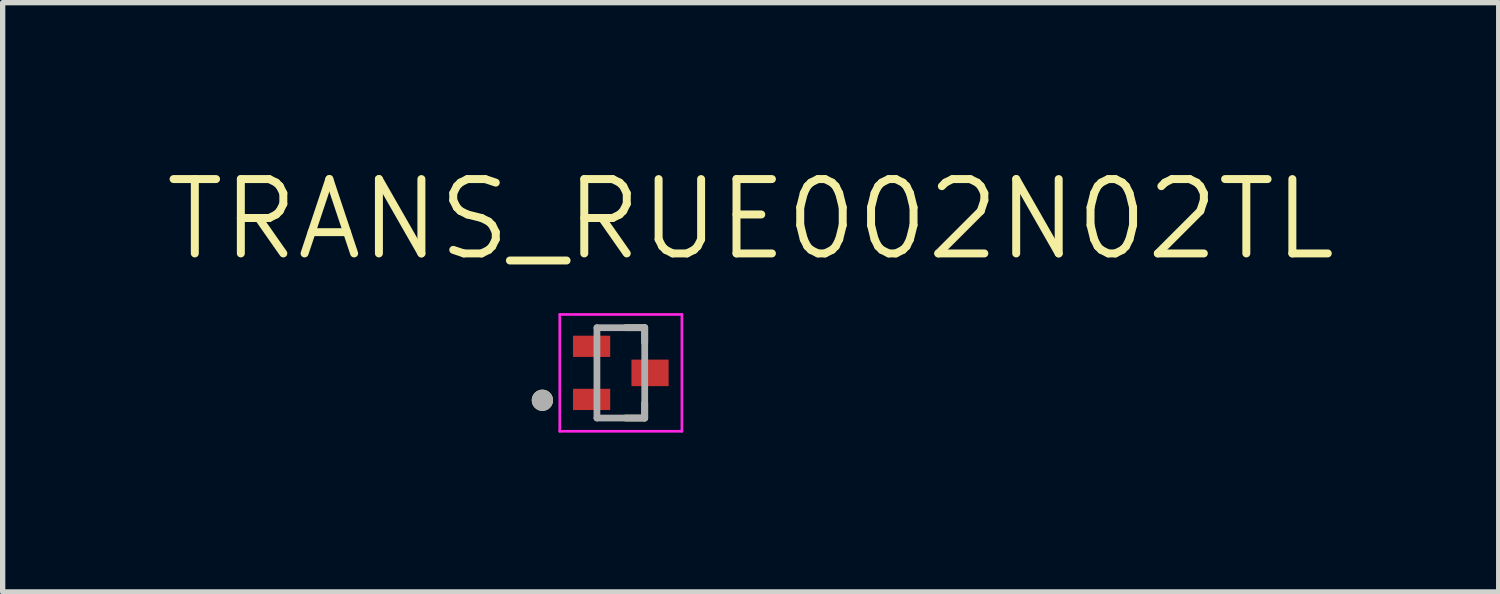
<source format=kicad_pcb>
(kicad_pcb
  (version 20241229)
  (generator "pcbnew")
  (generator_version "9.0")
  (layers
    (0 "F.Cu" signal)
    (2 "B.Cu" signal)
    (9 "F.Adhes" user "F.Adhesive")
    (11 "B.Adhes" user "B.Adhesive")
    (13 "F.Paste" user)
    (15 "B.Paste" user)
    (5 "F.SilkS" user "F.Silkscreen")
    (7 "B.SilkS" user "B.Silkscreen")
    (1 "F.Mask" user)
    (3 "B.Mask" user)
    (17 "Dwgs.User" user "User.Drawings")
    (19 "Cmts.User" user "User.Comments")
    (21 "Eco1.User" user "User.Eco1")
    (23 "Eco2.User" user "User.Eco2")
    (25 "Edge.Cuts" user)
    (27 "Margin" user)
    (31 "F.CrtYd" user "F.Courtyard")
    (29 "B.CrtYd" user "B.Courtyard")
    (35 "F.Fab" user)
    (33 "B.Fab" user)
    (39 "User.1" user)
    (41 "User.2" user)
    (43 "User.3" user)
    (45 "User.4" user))
  (footprint "TRANS_RUE002N02TL"
    (layer "F.Cu")
    (at 8.64 3.971)
    (property "Reference" "TRANS_RUE002N02TL" (at 2.445 -2.889 0) (layer "F.SilkS") (effects (font (size 1.4 1.4) (thickness 0.15))))
    (attr through_hole)
    (fp_line (start 0.09 -0.85) (end 0.45 -0.85) (stroke (width 0.127) (type solid)) (layer "F.SilkS"))
    (fp_line (start 0.09 0.85) (end 0.45 0.85) (stroke (width 0.127) (type solid)) (layer "F.SilkS"))
    (fp_line (start 0.45 -0.85) (end 0.45 -0.57) (stroke (width 0.127) (type solid)) (layer "F.SilkS"))
    (fp_line (start 0.45 0.57) (end 0.45 0.85) (stroke (width 0.127) (type solid)) (layer "F.SilkS"))
    (fp_circle (center -1.477 0.516) (end -1.377 0.516) (stroke (width 0.2) (type solid)) (fill no) (layer "F.SilkS"))
    (fp_line (start -1.15 -1.1) (end 1.15 -1.1) (stroke (width 0.05) (type solid)) (layer "F.CrtYd"))
    (fp_line (start -1.15 1.1) (end -1.15 -1.1) (stroke (width 0.05) (type solid)) (layer "F.CrtYd"))
    (fp_line (start 1.15 -1.1) (end 1.15 1.1) (stroke (width 0.05) (type solid)) (layer "F.CrtYd"))
    (fp_line (start 1.15 1.1) (end -1.15 1.1) (stroke (width 0.05) (type solid)) (layer "F.CrtYd"))
    (fp_line (start -0.45 -0.85) (end 0.45 -0.85) (stroke (width 0.127) (type solid)) (layer "F.Fab"))
    (fp_line (start -0.45 0.85) (end -0.45 -0.85) (stroke (width 0.127) (type solid)) (layer "F.Fab"))
    (fp_line (start 0.45 -0.85) (end 0.45 0.85) (stroke (width 0.127) (type solid)) (layer "F.Fab"))
    (fp_line (start 0.45 0.85) (end -0.45 0.85) (stroke (width 0.127) (type solid)) (layer "F.Fab"))
    (fp_circle (center -1.477 0.516) (end -1.377 0.516) (stroke (width 0.2) (type solid)) (fill no) (layer "F.Fab"))
    (pad "1" smd rect (at -0.55 0.5 270) (size 0.4 0.7) (layers "F.Cu" "F.Mask" "F.Paste"))
    (pad "2" smd rect (at -0.55 -0.5 270) (size 0.4 0.7) (layers "F.Cu" "F.Mask" "F.Paste"))
    (pad "3" smd rect (at 0.55 0 270) (size 0.5 0.7) (layers "F.Cu" "F.Mask" "F.Paste")))
  (gr_rect
    (start -3 -3)
    (end 25.17 8.096)
    (stroke (width 0.1) (type default))
    (fill no)
    (layer "Edge.Cuts")))
</source>
